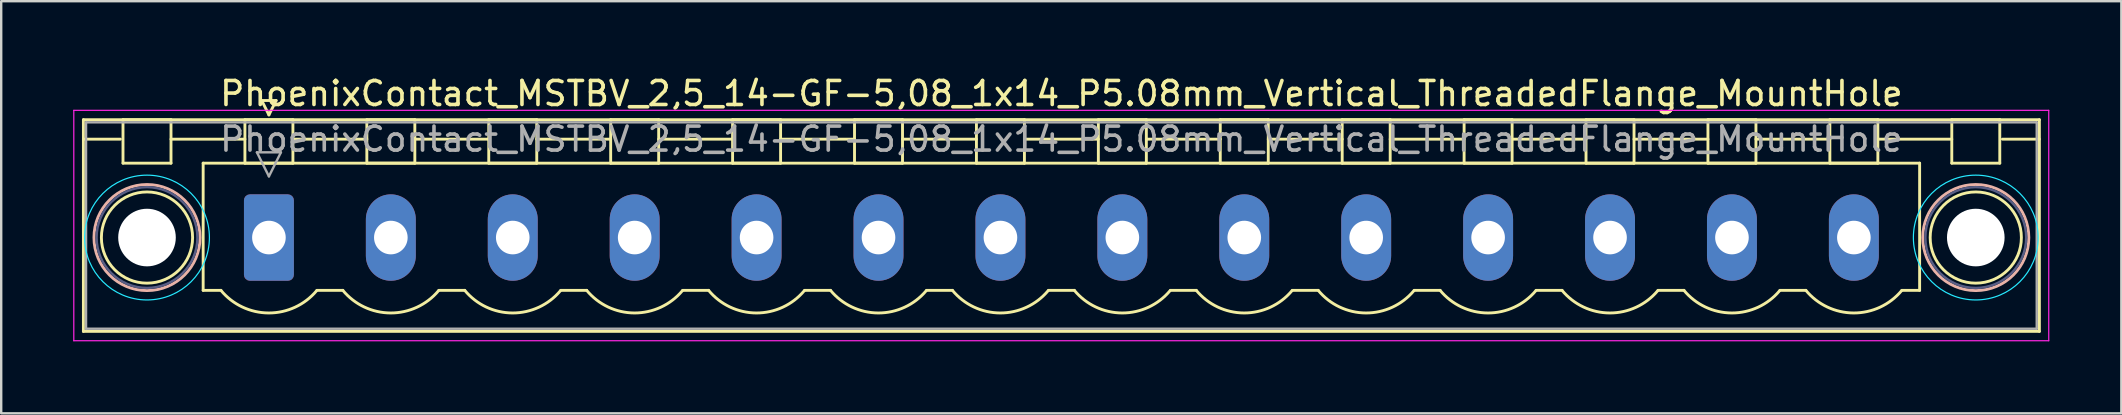
<source format=kicad_pcb>
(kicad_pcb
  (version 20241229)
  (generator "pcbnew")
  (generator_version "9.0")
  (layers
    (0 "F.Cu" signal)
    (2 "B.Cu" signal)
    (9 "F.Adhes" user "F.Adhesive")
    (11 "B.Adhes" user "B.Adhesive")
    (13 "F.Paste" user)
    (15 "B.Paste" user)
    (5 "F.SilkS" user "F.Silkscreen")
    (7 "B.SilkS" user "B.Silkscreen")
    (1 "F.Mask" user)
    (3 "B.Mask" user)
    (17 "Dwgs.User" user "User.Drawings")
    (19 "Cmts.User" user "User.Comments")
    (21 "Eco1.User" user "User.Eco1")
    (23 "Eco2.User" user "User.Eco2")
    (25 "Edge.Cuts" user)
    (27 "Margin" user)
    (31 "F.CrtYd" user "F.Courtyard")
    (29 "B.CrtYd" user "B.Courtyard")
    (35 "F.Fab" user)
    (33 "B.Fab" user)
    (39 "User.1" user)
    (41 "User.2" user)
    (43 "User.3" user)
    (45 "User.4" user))
  (footprint "PhoenixContact_MSTBV_2,5_14-GF-5,08_1x14_P5.08mm_Vertical_ThreadedFlange_MountHole"
    (layer "F.Cu")
    (at 8.155 6.848)
    (property "Reference" "PhoenixContact_MSTBV_2,5_14-GF-5,08_1x14_P5.08mm_Vertical_ThreadedFlange_MountHole" (at 33.02 -6 0) (layer "F.SilkS") (effects (font (size 1 1) (thickness 0.15))))
    (attr through_hole)
    (fp_line (start -7.73 -4.91) (end -7.73 3.91) (stroke (width 0.12) (type solid)) (layer "F.SilkS"))
    (fp_line (start -7.73 -4.1) (end -6.19 -4.1) (stroke (width 0.12) (type solid)) (layer "F.SilkS"))
    (fp_line (start -7.73 3.91) (end 73.77 3.91) (stroke (width 0.12) (type solid)) (layer "F.SilkS"))
    (fp_line (start -6.08 -4.91) (end -4.08 -4.91) (stroke (width 0.12) (type solid)) (layer "F.SilkS"))
    (fp_line (start -6.08 -3.1) (end -6.08 -4.91) (stroke (width 0.12) (type solid)) (layer "F.SilkS"))
    (fp_line (start -4.08 -4.91) (end -4.08 -3.1) (stroke (width 0.12) (type solid)) (layer "F.SilkS"))
    (fp_line (start -4.08 -4.1) (end -1 -4.1) (stroke (width 0.12) (type solid)) (layer "F.SilkS"))
    (fp_line (start -4.08 -3.1) (end -6.08 -3.1) (stroke (width 0.12) (type solid)) (layer "F.SilkS"))
    (fp_line (start -2.74 -3.1) (end 68.78 -3.1) (stroke (width 0.12) (type solid)) (layer "F.SilkS"))
    (fp_line (start -2.74 2.2) (end -2.74 -3.1) (stroke (width 0.12) (type solid)) (layer "F.SilkS"))
    (fp_line (start -2 2.2) (end -2.74 2.2) (stroke (width 0.12) (type solid)) (layer "F.SilkS"))
    (fp_line (start -1 -4.91) (end 1 -4.91) (stroke (width 0.12) (type solid)) (layer "F.SilkS"))
    (fp_line (start -1 -3.1) (end -1 -4.91) (stroke (width 0.12) (type solid)) (layer "F.SilkS"))
    (fp_line (start -0.3 -5.71) (end 0.3 -5.71) (stroke (width 0.12) (type solid)) (layer "F.SilkS"))
    (fp_line (start 0 -5.11) (end -0.3 -5.71) (stroke (width 0.12) (type solid)) (layer "F.SilkS"))
    (fp_line (start 0.3 -5.71) (end 0 -5.11) (stroke (width 0.12) (type solid)) (layer "F.SilkS"))
    (fp_line (start 1 -4.91) (end 1 -3.1) (stroke (width 0.12) (type solid)) (layer "F.SilkS"))
    (fp_line (start 1 -4.1) (end 4.08 -4.1) (stroke (width 0.12) (type solid)) (layer "F.SilkS"))
    (fp_line (start 1 -3.1) (end -1 -3.1) (stroke (width 0.12) (type solid)) (layer "F.SilkS"))
    (fp_line (start 2 2.2) (end 3.08 2.2) (stroke (width 0.12) (type solid)) (layer "F.SilkS"))
    (fp_line (start 4.08 -4.91) (end 6.08 -4.91) (stroke (width 0.12) (type solid)) (layer "F.SilkS"))
    (fp_line (start 4.08 -3.1) (end 4.08 -4.91) (stroke (width 0.12) (type solid)) (layer "F.SilkS"))
    (fp_line (start 6.08 -4.91) (end 6.08 -3.1) (stroke (width 0.12) (type solid)) (layer "F.SilkS"))
    (fp_line (start 6.08 -4.1) (end 9.16 -4.1) (stroke (width 0.12) (type solid)) (layer "F.SilkS"))
    (fp_line (start 6.08 -3.1) (end 4.08 -3.1) (stroke (width 0.12) (type solid)) (layer "F.SilkS"))
    (fp_line (start 7.08 2.2) (end 8.16 2.2) (stroke (width 0.12) (type solid)) (layer "F.SilkS"))
    (fp_line (start 9.16 -4.91) (end 11.16 -4.91) (stroke (width 0.12) (type solid)) (layer "F.SilkS"))
    (fp_line (start 9.16 -3.1) (end 9.16 -4.91) (stroke (width 0.12) (type solid)) (layer "F.SilkS"))
    (fp_line (start 11.16 -4.91) (end 11.16 -3.1) (stroke (width 0.12) (type solid)) (layer "F.SilkS"))
    (fp_line (start 11.16 -4.1) (end 14.24 -4.1) (stroke (width 0.12) (type solid)) (layer "F.SilkS"))
    (fp_line (start 11.16 -3.1) (end 9.16 -3.1) (stroke (width 0.12) (type solid)) (layer "F.SilkS"))
    (fp_line (start 12.16 2.2) (end 13.24 2.2) (stroke (width 0.12) (type solid)) (layer "F.SilkS"))
    (fp_line (start 14.24 -4.91) (end 16.24 -4.91) (stroke (width 0.12) (type solid)) (layer "F.SilkS"))
    (fp_line (start 14.24 -3.1) (end 14.24 -4.91) (stroke (width 0.12) (type solid)) (layer "F.SilkS"))
    (fp_line (start 16.24 -4.91) (end 16.24 -3.1) (stroke (width 0.12) (type solid)) (layer "F.SilkS"))
    (fp_line (start 16.24 -4.1) (end 19.32 -4.1) (stroke (width 0.12) (type solid)) (layer "F.SilkS"))
    (fp_line (start 16.24 -3.1) (end 14.24 -3.1) (stroke (width 0.12) (type solid)) (layer "F.SilkS"))
    (fp_line (start 17.24 2.2) (end 18.32 2.2) (stroke (width 0.12) (type solid)) (layer "F.SilkS"))
    (fp_line (start 19.32 -4.91) (end 21.32 -4.91) (stroke (width 0.12) (type solid)) (layer "F.SilkS"))
    (fp_line (start 19.32 -3.1) (end 19.32 -4.91) (stroke (width 0.12) (type solid)) (layer "F.SilkS"))
    (fp_line (start 21.32 -4.91) (end 21.32 -3.1) (stroke (width 0.12) (type solid)) (layer "F.SilkS"))
    (fp_line (start 21.32 -4.1) (end 24.4 -4.1) (stroke (width 0.12) (type solid)) (layer "F.SilkS"))
    (fp_line (start 21.32 -3.1) (end 19.32 -3.1) (stroke (width 0.12) (type solid)) (layer "F.SilkS"))
    (fp_line (start 22.32 2.2) (end 23.4 2.2) (stroke (width 0.12) (type solid)) (layer "F.SilkS"))
    (fp_line (start 24.4 -4.91) (end 26.4 -4.91) (stroke (width 0.12) (type solid)) (layer "F.SilkS"))
    (fp_line (start 24.4 -3.1) (end 24.4 -4.91) (stroke (width 0.12) (type solid)) (layer "F.SilkS"))
    (fp_line (start 26.4 -4.91) (end 26.4 -3.1) (stroke (width 0.12) (type solid)) (layer "F.SilkS"))
    (fp_line (start 26.4 -4.1) (end 29.48 -4.1) (stroke (width 0.12) (type solid)) (layer "F.SilkS"))
    (fp_line (start 26.4 -3.1) (end 24.4 -3.1) (stroke (width 0.12) (type solid)) (layer "F.SilkS"))
    (fp_line (start 27.4 2.2) (end 28.48 2.2) (stroke (width 0.12) (type solid)) (layer "F.SilkS"))
    (fp_line (start 29.48 -4.91) (end 31.48 -4.91) (stroke (width 0.12) (type solid)) (layer "F.SilkS"))
    (fp_line (start 29.48 -3.1) (end 29.48 -4.91) (stroke (width 0.12) (type solid)) (layer "F.SilkS"))
    (fp_line (start 31.48 -4.91) (end 31.48 -3.1) (stroke (width 0.12) (type solid)) (layer "F.SilkS"))
    (fp_line (start 31.48 -4.1) (end 34.56 -4.1) (stroke (width 0.12) (type solid)) (layer "F.SilkS"))
    (fp_line (start 31.48 -3.1) (end 29.48 -3.1) (stroke (width 0.12) (type solid)) (layer "F.SilkS"))
    (fp_line (start 32.48 2.2) (end 33.56 2.2) (stroke (width 0.12) (type solid)) (layer "F.SilkS"))
    (fp_line (start 34.56 -4.91) (end 36.56 -4.91) (stroke (width 0.12) (type solid)) (layer "F.SilkS"))
    (fp_line (start 34.56 -3.1) (end 34.56 -4.91) (stroke (width 0.12) (type solid)) (layer "F.SilkS"))
    (fp_line (start 36.56 -4.91) (end 36.56 -3.1) (stroke (width 0.12) (type solid)) (layer "F.SilkS"))
    (fp_line (start 36.56 -4.1) (end 39.64 -4.1) (stroke (width 0.12) (type solid)) (layer "F.SilkS"))
    (fp_line (start 36.56 -3.1) (end 34.56 -3.1) (stroke (width 0.12) (type solid)) (layer "F.SilkS"))
    (fp_line (start 37.56 2.2) (end 38.64 2.2) (stroke (width 0.12) (type solid)) (layer "F.SilkS"))
    (fp_line (start 39.64 -4.91) (end 41.64 -4.91) (stroke (width 0.12) (type solid)) (layer "F.SilkS"))
    (fp_line (start 39.64 -3.1) (end 39.64 -4.91) (stroke (width 0.12) (type solid)) (layer "F.SilkS"))
    (fp_line (start 41.64 -4.91) (end 41.64 -3.1) (stroke (width 0.12) (type solid)) (layer "F.SilkS"))
    (fp_line (start 41.64 -4.1) (end 44.72 -4.1) (stroke (width 0.12) (type solid)) (layer "F.SilkS"))
    (fp_line (start 41.64 -3.1) (end 39.64 -3.1) (stroke (width 0.12) (type solid)) (layer "F.SilkS"))
    (fp_line (start 42.64 2.2) (end 43.72 2.2) (stroke (width 0.12) (type solid)) (layer "F.SilkS"))
    (fp_line (start 44.72 -4.91) (end 46.72 -4.91) (stroke (width 0.12) (type solid)) (layer "F.SilkS"))
    (fp_line (start 44.72 -3.1) (end 44.72 -4.91) (stroke (width 0.12) (type solid)) (layer "F.SilkS"))
    (fp_line (start 46.72 -4.91) (end 46.72 -3.1) (stroke (width 0.12) (type solid)) (layer "F.SilkS"))
    (fp_line (start 46.72 -4.1) (end 49.8 -4.1) (stroke (width 0.12) (type solid)) (layer "F.SilkS"))
    (fp_line (start 46.72 -3.1) (end 44.72 -3.1) (stroke (width 0.12) (type solid)) (layer "F.SilkS"))
    (fp_line (start 47.72 2.2) (end 48.8 2.2) (stroke (width 0.12) (type solid)) (layer "F.SilkS"))
    (fp_line (start 49.8 -4.91) (end 51.8 -4.91) (stroke (width 0.12) (type solid)) (layer "F.SilkS"))
    (fp_line (start 49.8 -3.1) (end 49.8 -4.91) (stroke (width 0.12) (type solid)) (layer "F.SilkS"))
    (fp_line (start 51.8 -4.91) (end 51.8 -3.1) (stroke (width 0.12) (type solid)) (layer "F.SilkS"))
    (fp_line (start 51.8 -4.1) (end 54.88 -4.1) (stroke (width 0.12) (type solid)) (layer "F.SilkS"))
    (fp_line (start 51.8 -3.1) (end 49.8 -3.1) (stroke (width 0.12) (type solid)) (layer "F.SilkS"))
    (fp_line (start 52.8 2.2) (end 53.88 2.2) (stroke (width 0.12) (type solid)) (layer "F.SilkS"))
    (fp_line (start 54.88 -4.91) (end 56.88 -4.91) (stroke (width 0.12) (type solid)) (layer "F.SilkS"))
    (fp_line (start 54.88 -3.1) (end 54.88 -4.91) (stroke (width 0.12) (type solid)) (layer "F.SilkS"))
    (fp_line (start 56.88 -4.91) (end 56.88 -3.1) (stroke (width 0.12) (type solid)) (layer "F.SilkS"))
    (fp_line (start 56.88 -4.1) (end 59.96 -4.1) (stroke (width 0.12) (type solid)) (layer "F.SilkS"))
    (fp_line (start 56.88 -3.1) (end 54.88 -3.1) (stroke (width 0.12) (type solid)) (layer "F.SilkS"))
    (fp_line (start 57.88 2.2) (end 58.96 2.2) (stroke (width 0.12) (type solid)) (layer "F.SilkS"))
    (fp_line (start 59.96 -4.91) (end 61.96 -4.91) (stroke (width 0.12) (type solid)) (layer "F.SilkS"))
    (fp_line (start 59.96 -3.1) (end 59.96 -4.91) (stroke (width 0.12) (type solid)) (layer "F.SilkS"))
    (fp_line (start 61.96 -4.91) (end 61.96 -3.1) (stroke (width 0.12) (type solid)) (layer "F.SilkS"))
    (fp_line (start 61.96 -4.1) (end 65.04 -4.1) (stroke (width 0.12) (type solid)) (layer "F.SilkS"))
    (fp_line (start 61.96 -3.1) (end 59.96 -3.1) (stroke (width 0.12) (type solid)) (layer "F.SilkS"))
    (fp_line (start 62.96 2.2) (end 64.04 2.2) (stroke (width 0.12) (type solid)) (layer "F.SilkS"))
    (fp_line (start 65.04 -4.91) (end 67.04 -4.91) (stroke (width 0.12) (type solid)) (layer "F.SilkS"))
    (fp_line (start 65.04 -3.1) (end 65.04 -4.91) (stroke (width 0.12) (type solid)) (layer "F.SilkS"))
    (fp_line (start 67.04 -4.91) (end 67.04 -3.1) (stroke (width 0.12) (type solid)) (layer "F.SilkS"))
    (fp_line (start 67.04 -4.1) (end 70.12 -4.1) (stroke (width 0.12) (type solid)) (layer "F.SilkS"))
    (fp_line (start 67.04 -3.1) (end 65.04 -3.1) (stroke (width 0.12) (type solid)) (layer "F.SilkS"))
    (fp_line (start 68.78 -3.1) (end 68.78 2.2) (stroke (width 0.12) (type solid)) (layer "F.SilkS"))
    (fp_line (start 68.78 2.2) (end 68.04 2.2) (stroke (width 0.12) (type solid)) (layer "F.SilkS"))
    (fp_line (start 70.12 -4.91) (end 72.12 -4.91) (stroke (width 0.12) (type solid)) (layer "F.SilkS"))
    (fp_line (start 70.12 -3.1) (end 70.12 -4.91) (stroke (width 0.12) (type solid)) (layer "F.SilkS"))
    (fp_line (start 72.12 -4.91) (end 72.12 -3.1) (stroke (width 0.12) (type solid)) (layer "F.SilkS"))
    (fp_line (start 72.12 -3.1) (end 70.12 -3.1) (stroke (width 0.12) (type solid)) (layer "F.SilkS"))
    (fp_line (start 73.77 -4.91) (end -7.73 -4.91) (stroke (width 0.12) (type solid)) (layer "F.SilkS"))
    (fp_line (start 73.77 -4.1) (end 72.23 -4.1) (stroke (width 0.12) (type solid)) (layer "F.SilkS"))
    (fp_line (start 73.77 3.91) (end 73.77 -4.91) (stroke (width 0.12) (type solid)) (layer "F.SilkS"))
    (fp_arc (start 1.986842 2.215821) (mid -0.010289 3.142758) (end -2 2.2) (stroke (width 0.12) (type solid)) (layer "F.SilkS"))
    (fp_arc (start 7.066842 2.215821) (mid 5.069711 3.142758) (end 3.08 2.2) (stroke (width 0.12) (type solid)) (layer "F.SilkS"))
    (fp_arc (start 12.146842 2.215821) (mid 10.149711 3.142758) (end 8.16 2.2) (stroke (width 0.12) (type solid)) (layer "F.SilkS"))
    (fp_arc (start 17.226842 2.215821) (mid 15.229711 3.142758) (end 13.24 2.2) (stroke (width 0.12) (type solid)) (layer "F.SilkS"))
    (fp_arc (start 22.306842 2.215821) (mid 20.309711 3.142758) (end 18.32 2.2) (stroke (width 0.12) (type solid)) (layer "F.SilkS"))
    (fp_arc (start 27.386842 2.215821) (mid 25.389711 3.142758) (end 23.4 2.2) (stroke (width 0.12) (type solid)) (layer "F.SilkS"))
    (fp_arc (start 32.466842 2.215821) (mid 30.469711 3.142758) (end 28.48 2.2) (stroke (width 0.12) (type solid)) (layer "F.SilkS"))
    (fp_arc (start 37.546842 2.215821) (mid 35.549711 3.142758) (end 33.56 2.2) (stroke (width 0.12) (type solid)) (layer "F.SilkS"))
    (fp_arc (start 42.626842 2.215821) (mid 40.629711 3.142758) (end 38.64 2.2) (stroke (width 0.12) (type solid)) (layer "F.SilkS"))
    (fp_arc (start 47.706842 2.215821) (mid 45.709711 3.142758) (end 43.72 2.2) (stroke (width 0.12) (type solid)) (layer "F.SilkS"))
    (fp_arc (start 52.786842 2.215821) (mid 50.789711 3.142758) (end 48.8 2.2) (stroke (width 0.12) (type solid)) (layer "F.SilkS"))
    (fp_arc (start 57.866842 2.215821) (mid 55.869711 3.142758) (end 53.88 2.2) (stroke (width 0.12) (type solid)) (layer "F.SilkS"))
    (fp_arc (start 62.946842 2.215821) (mid 60.949711 3.142758) (end 58.96 2.2) (stroke (width 0.12) (type solid)) (layer "F.SilkS"))
    (fp_arc (start 68.026842 2.215821) (mid 66.029711 3.142758) (end 64.04 2.2) (stroke (width 0.12) (type solid)) (layer "F.SilkS"))
    (fp_circle (center -5.08 0) (end -3.18 0) (stroke (width 0.12) (type solid)) (fill no) (layer "F.SilkS"))
    (fp_circle (center 71.12 0) (end 73.02 0) (stroke (width 0.12) (type solid)) (fill no) (layer "F.SilkS"))
    (fp_circle (center -5.08 0) (end -2.87 0) (stroke (width 0.12) (type solid)) (fill no) (layer "B.SilkS"))
    (fp_circle (center 71.12 0) (end 73.33 0) (stroke (width 0.12) (type solid)) (fill no) (layer "B.SilkS"))
    (fp_circle (center -5.08 0) (end -2.48 0) (stroke (width 0.05) (type solid)) (fill no) (layer "B.CrtYd"))
    (fp_circle (center 71.12 0) (end 73.72 0) (stroke (width 0.05) (type solid)) (fill no) (layer "B.CrtYd"))
    (fp_line (start -8.13 -5.3) (end -8.13 4.3) (stroke (width 0.05) (type solid)) (layer "F.CrtYd"))
    (fp_line (start -8.13 4.3) (end 74.16 4.3) (stroke (width 0.05) (type solid)) (layer "F.CrtYd"))
    (fp_line (start 74.16 -5.3) (end -8.13 -5.3) (stroke (width 0.05) (type solid)) (layer "F.CrtYd"))
    (fp_line (start 74.16 4.3) (end 74.16 -5.3) (stroke (width 0.05) (type solid)) (layer "F.CrtYd"))
    (fp_circle (center -5.08 0) (end -2.98 0) (stroke (width 0.1) (type solid)) (fill no) (layer "B.Fab"))
    (fp_circle (center 71.12 0) (end 73.22 0) (stroke (width 0.1) (type solid)) (fill no) (layer "B.Fab"))
    (fp_line (start -7.62 -4.8) (end -7.62 3.8) (stroke (width 0.1) (type solid)) (layer "F.Fab"))
    (fp_line (start -7.62 3.8) (end 73.66 3.8) (stroke (width 0.1) (type solid)) (layer "F.Fab"))
    (fp_line (start -0.5 -3.55) (end 0.5 -3.55) (stroke (width 0.1) (type solid)) (layer "F.Fab"))
    (fp_line (start 0 -2.55) (end -0.5 -3.55) (stroke (width 0.1) (type solid)) (layer "F.Fab"))
    (fp_line (start 0.5 -3.55) (end 0 -2.55) (stroke (width 0.1) (type solid)) (layer "F.Fab"))
    (fp_line (start 73.66 -4.8) (end -7.62 -4.8) (stroke (width 0.1) (type solid)) (layer "F.Fab"))
    (fp_line (start 73.66 3.8) (end 73.66 -4.8) (stroke (width 0.1) (type solid)) (layer "F.Fab"))
    (fp_text user "${REFERENCE}" (at 33.02 -4.1 0) (layer "F.Fab") (effects (font (size 1 1) (thickness 0.15))))
    (pad "" np_thru_hole circle (at -5.08 0) (size 2.4 2.4) (drill 2.4) (layers "*.Cu" "*.Mask"))
    (pad "" np_thru_hole circle (at 71.12 0) (size 2.4 2.4) (drill 2.4) (layers "*.Cu" "*.Mask"))
    (pad "1" thru_hole roundrect (at 0 0) (size 2.08 3.6) (drill 1.4) (layers "*.Cu" "*.Mask") (roundrect_rratio 0.12))
    (pad "2" thru_hole oval (at 5.08 0) (size 2.08 3.6) (drill 1.4) (layers "*.Cu" "*.Mask"))
    (pad "3" thru_hole oval (at 10.16 0) (size 2.08 3.6) (drill 1.4) (layers "*.Cu" "*.Mask"))
    (pad "4" thru_hole oval (at 15.24 0) (size 2.08 3.6) (drill 1.4) (layers "*.Cu" "*.Mask"))
    (pad "5" thru_hole oval (at 20.32 0) (size 2.08 3.6) (drill 1.4) (layers "*.Cu" "*.Mask"))
    (pad "6" thru_hole oval (at 25.4 0) (size 2.08 3.6) (drill 1.4) (layers "*.Cu" "*.Mask"))
    (pad "7" thru_hole oval (at 30.48 0) (size 2.08 3.6) (drill 1.4) (layers "*.Cu" "*.Mask"))
    (pad "8" thru_hole oval (at 35.56 0) (size 2.08 3.6) (drill 1.4) (layers "*.Cu" "*.Mask"))
    (pad "9" thru_hole oval (at 40.64 0) (size 2.08 3.6) (drill 1.4) (layers "*.Cu" "*.Mask"))
    (pad "10" thru_hole oval (at 45.72 0) (size 2.08 3.6) (drill 1.4) (layers "*.Cu" "*.Mask"))
    (pad "11" thru_hole oval (at 50.8 0) (size 2.08 3.6) (drill 1.4) (layers "*.Cu" "*.Mask"))
    (pad "12" thru_hole oval (at 55.88 0) (size 2.08 3.6) (drill 1.4) (layers "*.Cu" "*.Mask"))
    (pad "13" thru_hole oval (at 60.96 0) (size 2.08 3.6) (drill 1.4) (layers "*.Cu" "*.Mask"))
    (pad "14" thru_hole oval (at 66.04 0) (size 2.08 3.6) (drill 1.4) (layers "*.Cu" "*.Mask")))
  (gr_rect
    (start -3 -3)
    (end 85.34 14.173)
    (stroke (width 0.1) (type default))
    (fill no)
    (layer "Edge.Cuts")))
</source>
